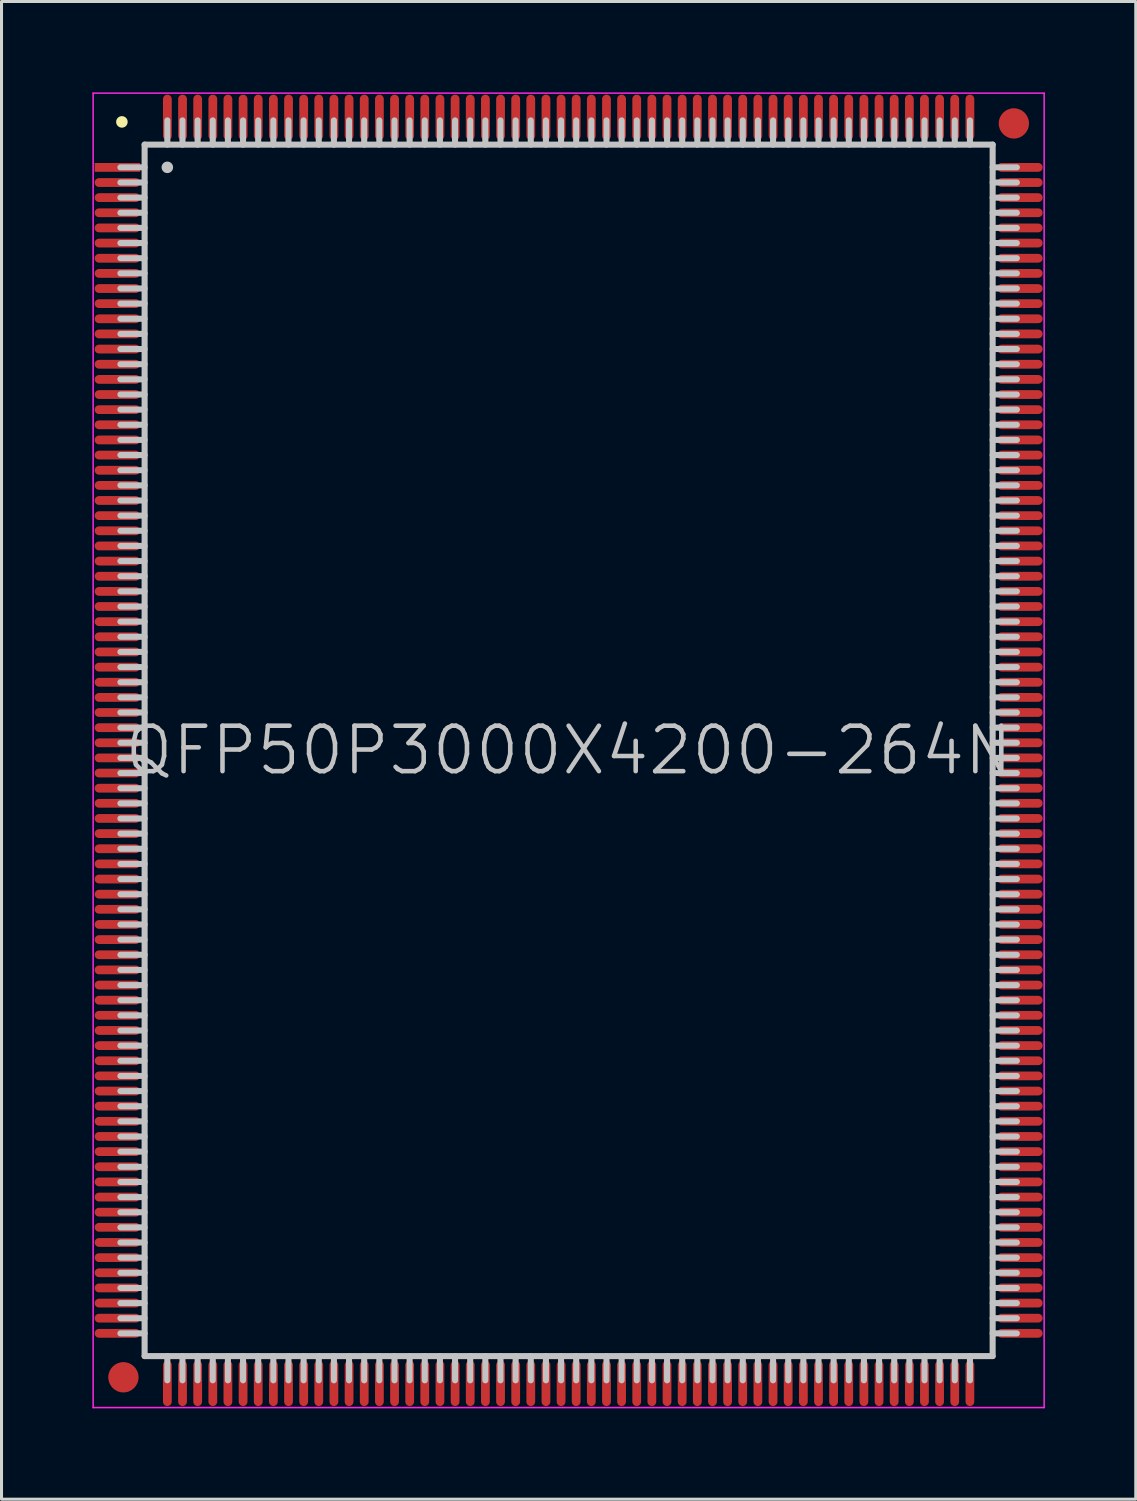
<source format=kicad_pcb>
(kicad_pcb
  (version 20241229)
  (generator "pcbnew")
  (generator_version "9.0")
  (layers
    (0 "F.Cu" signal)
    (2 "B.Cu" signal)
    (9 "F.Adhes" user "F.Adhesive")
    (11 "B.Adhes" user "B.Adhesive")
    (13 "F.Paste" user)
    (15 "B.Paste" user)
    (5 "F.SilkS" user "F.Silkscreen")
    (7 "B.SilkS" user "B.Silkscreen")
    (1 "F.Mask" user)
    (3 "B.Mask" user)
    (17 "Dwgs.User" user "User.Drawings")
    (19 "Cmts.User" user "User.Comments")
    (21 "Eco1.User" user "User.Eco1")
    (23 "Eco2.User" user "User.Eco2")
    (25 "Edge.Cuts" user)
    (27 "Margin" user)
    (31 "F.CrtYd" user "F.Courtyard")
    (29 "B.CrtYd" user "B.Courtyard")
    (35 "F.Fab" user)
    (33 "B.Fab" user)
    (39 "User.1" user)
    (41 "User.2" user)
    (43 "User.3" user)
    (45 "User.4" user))
  (footprint "QFP50P3000X4200-264N"
    (layer "F.Cu")
    (at 15.725 21.725)
    (property "Reference" "QFP50P3000X4200-264N" (at 0 0 0) (layer "Dwgs.User") (effects (font (size 1.5 1.5) (thickness 0.15))))
    (attr smd)
    (fp_line (start -14.75 -20.75) (end -14.75 -20.75) (stroke (width 0.381) (type solid)) (layer "F.SilkS"))
    (fp_line (start -14 -20) (end -14 20) (stroke (width 0.2) (type solid)) (layer "Dwgs.User"))
    (fp_line (start -14 -20) (end 14 -20) (stroke (width 0.2) (type solid)) (layer "Dwgs.User"))
    (fp_line (start -14 -19.25) (end -14.8 -19.25) (stroke (width 0.2) (type solid)) (layer "Dwgs.User"))
    (fp_line (start -14 -18.75) (end -14.8 -18.75) (stroke (width 0.2) (type solid)) (layer "Dwgs.User"))
    (fp_line (start -14 -18.25) (end -14.8 -18.25) (stroke (width 0.2) (type solid)) (layer "Dwgs.User"))
    (fp_line (start -14 -17.75) (end -14.8 -17.75) (stroke (width 0.2) (type solid)) (layer "Dwgs.User"))
    (fp_line (start -14 -17.25) (end -14.8 -17.25) (stroke (width 0.2) (type solid)) (layer "Dwgs.User"))
    (fp_line (start -14 -16.75) (end -14.8 -16.75) (stroke (width 0.2) (type solid)) (layer "Dwgs.User"))
    (fp_line (start -14 -16.25) (end -14.8 -16.25) (stroke (width 0.2) (type solid)) (layer "Dwgs.User"))
    (fp_line (start -14 -15.75) (end -14.8 -15.75) (stroke (width 0.2) (type solid)) (layer "Dwgs.User"))
    (fp_line (start -14 -15.25) (end -14.8 -15.25) (stroke (width 0.2) (type solid)) (layer "Dwgs.User"))
    (fp_line (start -14 -14.75) (end -14.8 -14.75) (stroke (width 0.2) (type solid)) (layer "Dwgs.User"))
    (fp_line (start -14 -14.25) (end -14.8 -14.25) (stroke (width 0.2) (type solid)) (layer "Dwgs.User"))
    (fp_line (start -14 -13.75) (end -14.8 -13.75) (stroke (width 0.2) (type solid)) (layer "Dwgs.User"))
    (fp_line (start -14 -13.25) (end -14.8 -13.25) (stroke (width 0.2) (type solid)) (layer "Dwgs.User"))
    (fp_line (start -14 -12.75) (end -14.8 -12.75) (stroke (width 0.2) (type solid)) (layer "Dwgs.User"))
    (fp_line (start -14 -12.25) (end -14.8 -12.25) (stroke (width 0.2) (type solid)) (layer "Dwgs.User"))
    (fp_line (start -14 -11.75) (end -14.8 -11.75) (stroke (width 0.2) (type solid)) (layer "Dwgs.User"))
    (fp_line (start -14 -11.25) (end -14.8 -11.25) (stroke (width 0.2) (type solid)) (layer "Dwgs.User"))
    (fp_line (start -14 -10.75) (end -14.8 -10.75) (stroke (width 0.2) (type solid)) (layer "Dwgs.User"))
    (fp_line (start -14 -10.25) (end -14.8 -10.25) (stroke (width 0.2) (type solid)) (layer "Dwgs.User"))
    (fp_line (start -14 -9.75) (end -14.8 -9.75) (stroke (width 0.2) (type solid)) (layer "Dwgs.User"))
    (fp_line (start -14 -9.25) (end -14.8 -9.25) (stroke (width 0.2) (type solid)) (layer "Dwgs.User"))
    (fp_line (start -14 -8.75) (end -14.8 -8.75) (stroke (width 0.2) (type solid)) (layer "Dwgs.User"))
    (fp_line (start -14 -8.25) (end -14.8 -8.25) (stroke (width 0.2) (type solid)) (layer "Dwgs.User"))
    (fp_line (start -14 -7.75) (end -14.8 -7.75) (stroke (width 0.2) (type solid)) (layer "Dwgs.User"))
    (fp_line (start -14 -7.25) (end -14.8 -7.25) (stroke (width 0.2) (type solid)) (layer "Dwgs.User"))
    (fp_line (start -14 -6.75) (end -14.8 -6.75) (stroke (width 0.2) (type solid)) (layer "Dwgs.User"))
    (fp_line (start -14 -6.25) (end -14.8 -6.25) (stroke (width 0.2) (type solid)) (layer "Dwgs.User"))
    (fp_line (start -14 -5.75) (end -14.8 -5.75) (stroke (width 0.2) (type solid)) (layer "Dwgs.User"))
    (fp_line (start -14 -5.25) (end -14.8 -5.25) (stroke (width 0.2) (type solid)) (layer "Dwgs.User"))
    (fp_line (start -14 -4.75) (end -14.8 -4.75) (stroke (width 0.2) (type solid)) (layer "Dwgs.User"))
    (fp_line (start -14 -4.25) (end -14.8 -4.25) (stroke (width 0.2) (type solid)) (layer "Dwgs.User"))
    (fp_line (start -14 -3.75) (end -14.8 -3.75) (stroke (width 0.2) (type solid)) (layer "Dwgs.User"))
    (fp_line (start -14 -3.25) (end -14.8 -3.25) (stroke (width 0.2) (type solid)) (layer "Dwgs.User"))
    (fp_line (start -14 -2.75) (end -14.8 -2.75) (stroke (width 0.2) (type solid)) (layer "Dwgs.User"))
    (fp_line (start -14 -2.25) (end -14.8 -2.25) (stroke (width 0.2) (type solid)) (layer "Dwgs.User"))
    (fp_line (start -14 -1.75) (end -14.8 -1.75) (stroke (width 0.2) (type solid)) (layer "Dwgs.User"))
    (fp_line (start -14 -1.25) (end -14.8 -1.25) (stroke (width 0.2) (type solid)) (layer "Dwgs.User"))
    (fp_line (start -14 -0.75) (end -14.8 -0.75) (stroke (width 0.2) (type solid)) (layer "Dwgs.User"))
    (fp_line (start -14 -0.25) (end -14.8 -0.25) (stroke (width 0.2) (type solid)) (layer "Dwgs.User"))
    (fp_line (start -14 0.25) (end -14.8 0.25) (stroke (width 0.2) (type solid)) (layer "Dwgs.User"))
    (fp_line (start -14 0.75) (end -14.8 0.75) (stroke (width 0.2) (type solid)) (layer "Dwgs.User"))
    (fp_line (start -14 1.25) (end -14.8 1.25) (stroke (width 0.2) (type solid)) (layer "Dwgs.User"))
    (fp_line (start -14 1.75) (end -14.8 1.75) (stroke (width 0.2) (type solid)) (layer "Dwgs.User"))
    (fp_line (start -14 2.25) (end -14.8 2.25) (stroke (width 0.2) (type solid)) (layer "Dwgs.User"))
    (fp_line (start -14 2.75) (end -14.8 2.75) (stroke (width 0.2) (type solid)) (layer "Dwgs.User"))
    (fp_line (start -14 3.25) (end -14.8 3.25) (stroke (width 0.2) (type solid)) (layer "Dwgs.User"))
    (fp_line (start -14 3.75) (end -14.8 3.75) (stroke (width 0.2) (type solid)) (layer "Dwgs.User"))
    (fp_line (start -14 4.25) (end -14.8 4.25) (stroke (width 0.2) (type solid)) (layer "Dwgs.User"))
    (fp_line (start -14 4.75) (end -14.8 4.75) (stroke (width 0.2) (type solid)) (layer "Dwgs.User"))
    (fp_line (start -14 5.25) (end -14.8 5.25) (stroke (width 0.2) (type solid)) (layer "Dwgs.User"))
    (fp_line (start -14 5.75) (end -14.8 5.75) (stroke (width 0.2) (type solid)) (layer "Dwgs.User"))
    (fp_line (start -14 6.25) (end -14.8 6.25) (stroke (width 0.2) (type solid)) (layer "Dwgs.User"))
    (fp_line (start -14 6.75) (end -14.8 6.75) (stroke (width 0.2) (type solid)) (layer "Dwgs.User"))
    (fp_line (start -14 7.25) (end -14.8 7.25) (stroke (width 0.2) (type solid)) (layer "Dwgs.User"))
    (fp_line (start -14 7.75) (end -14.8 7.75) (stroke (width 0.2) (type solid)) (layer "Dwgs.User"))
    (fp_line (start -14 8.25) (end -14.8 8.25) (stroke (width 0.2) (type solid)) (layer "Dwgs.User"))
    (fp_line (start -14 8.75) (end -14.8 8.75) (stroke (width 0.2) (type solid)) (layer "Dwgs.User"))
    (fp_line (start -14 9.25) (end -14.8 9.25) (stroke (width 0.2) (type solid)) (layer "Dwgs.User"))
    (fp_line (start -14 9.75) (end -14.8 9.75) (stroke (width 0.2) (type solid)) (layer "Dwgs.User"))
    (fp_line (start -14 10.25) (end -14.8 10.25) (stroke (width 0.2) (type solid)) (layer "Dwgs.User"))
    (fp_line (start -14 10.75) (end -14.8 10.75) (stroke (width 0.2) (type solid)) (layer "Dwgs.User"))
    (fp_line (start -14 11.25) (end -14.8 11.25) (stroke (width 0.2) (type solid)) (layer "Dwgs.User"))
    (fp_line (start -14 11.75) (end -14.8 11.75) (stroke (width 0.2) (type solid)) (layer "Dwgs.User"))
    (fp_line (start -14 12.25) (end -14.8 12.25) (stroke (width 0.2) (type solid)) (layer "Dwgs.User"))
    (fp_line (start -14 12.75) (end -14.8 12.75) (stroke (width 0.2) (type solid)) (layer "Dwgs.User"))
    (fp_line (start -14 13.25) (end -14.8 13.25) (stroke (width 0.2) (type solid)) (layer "Dwgs.User"))
    (fp_line (start -14 13.75) (end -14.8 13.75) (stroke (width 0.2) (type solid)) (layer "Dwgs.User"))
    (fp_line (start -14 14.25) (end -14.8 14.25) (stroke (width 0.2) (type solid)) (layer "Dwgs.User"))
    (fp_line (start -14 14.75) (end -14.8 14.75) (stroke (width 0.2) (type solid)) (layer "Dwgs.User"))
    (fp_line (start -14 15.25) (end -14.8 15.25) (stroke (width 0.2) (type solid)) (layer "Dwgs.User"))
    (fp_line (start -14 15.75) (end -14.8 15.75) (stroke (width 0.2) (type solid)) (layer "Dwgs.User"))
    (fp_line (start -14 16.25) (end -14.8 16.25) (stroke (width 0.2) (type solid)) (layer "Dwgs.User"))
    (fp_line (start -14 16.75) (end -14.8 16.75) (stroke (width 0.2) (type solid)) (layer "Dwgs.User"))
    (fp_line (start -14 17.25) (end -14.8 17.25) (stroke (width 0.2) (type solid)) (layer "Dwgs.User"))
    (fp_line (start -14 17.75) (end -14.8 17.75) (stroke (width 0.2) (type solid)) (layer "Dwgs.User"))
    (fp_line (start -14 18.25) (end -14.8 18.25) (stroke (width 0.2) (type solid)) (layer "Dwgs.User"))
    (fp_line (start -14 18.75) (end -14.8 18.75) (stroke (width 0.2) (type solid)) (layer "Dwgs.User"))
    (fp_line (start -14 19.25) (end -14.8 19.25) (stroke (width 0.2) (type solid)) (layer "Dwgs.User"))
    (fp_line (start -14 20) (end 14 20) (stroke (width 0.2) (type solid)) (layer "Dwgs.User"))
    (fp_line (start -13.25 -20) (end -13.25 -20.8) (stroke (width 0.2) (type solid)) (layer "Dwgs.User"))
    (fp_line (start -13.25 -19.25) (end -13.25 -19.25) (stroke (width 0.381) (type solid)) (layer "Dwgs.User"))
    (fp_line (start -13.25 20.8) (end -13.25 20) (stroke (width 0.2) (type solid)) (layer "Dwgs.User"))
    (fp_line (start -12.75 -20) (end -12.75 -20.8) (stroke (width 0.2) (type solid)) (layer "Dwgs.User"))
    (fp_line (start -12.75 20.8) (end -12.75 20) (stroke (width 0.2) (type solid)) (layer "Dwgs.User"))
    (fp_line (start -12.25 -20) (end -12.25 -20.8) (stroke (width 0.2) (type solid)) (layer "Dwgs.User"))
    (fp_line (start -12.25 20.8) (end -12.25 20) (stroke (width 0.2) (type solid)) (layer "Dwgs.User"))
    (fp_line (start -11.75 -20) (end -11.75 -20.8) (stroke (width 0.2) (type solid)) (layer "Dwgs.User"))
    (fp_line (start -11.75 20.8) (end -11.75 20) (stroke (width 0.2) (type solid)) (layer "Dwgs.User"))
    (fp_line (start -11.25 -20) (end -11.25 -20.8) (stroke (width 0.2) (type solid)) (layer "Dwgs.User"))
    (fp_line (start -11.25 20.8) (end -11.25 20) (stroke (width 0.2) (type solid)) (layer "Dwgs.User"))
    (fp_line (start -10.75 -20) (end -10.75 -20.8) (stroke (width 0.2) (type solid)) (layer "Dwgs.User"))
    (fp_line (start -10.75 20.8) (end -10.75 20) (stroke (width 0.2) (type solid)) (layer "Dwgs.User"))
    (fp_line (start -10.25 -20) (end -10.25 -20.8) (stroke (width 0.2) (type solid)) (layer "Dwgs.User"))
    (fp_line (start -10.25 20.8) (end -10.25 20) (stroke (width 0.2) (type solid)) (layer "Dwgs.User"))
    (fp_line (start -9.75 -20) (end -9.75 -20.8) (stroke (width 0.2) (type solid)) (layer "Dwgs.User"))
    (fp_line (start -9.75 20.8) (end -9.75 20) (stroke (width 0.2) (type solid)) (layer "Dwgs.User"))
    (fp_line (start -9.25 -20) (end -9.25 -20.8) (stroke (width 0.2) (type solid)) (layer "Dwgs.User"))
    (fp_line (start -9.25 20.8) (end -9.25 20) (stroke (width 0.2) (type solid)) (layer "Dwgs.User"))
    (fp_line (start -8.75 -20) (end -8.75 -20.8) (stroke (width 0.2) (type solid)) (layer "Dwgs.User"))
    (fp_line (start -8.75 20.8) (end -8.75 20) (stroke (width 0.2) (type solid)) (layer "Dwgs.User"))
    (fp_line (start -8.25 -20) (end -8.25 -20.8) (stroke (width 0.2) (type solid)) (layer "Dwgs.User"))
    (fp_line (start -8.25 20.8) (end -8.25 20) (stroke (width 0.2) (type solid)) (layer "Dwgs.User"))
    (fp_line (start -7.75 -20) (end -7.75 -20.8) (stroke (width 0.2) (type solid)) (layer "Dwgs.User"))
    (fp_line (start -7.75 20.8) (end -7.75 20) (stroke (width 0.2) (type solid)) (layer "Dwgs.User"))
    (fp_line (start -7.25 -20) (end -7.25 -20.8) (stroke (width 0.2) (type solid)) (layer "Dwgs.User"))
    (fp_line (start -7.25 20.8) (end -7.25 20) (stroke (width 0.2) (type solid)) (layer "Dwgs.User"))
    (fp_line (start -6.75 -20) (end -6.75 -20.8) (stroke (width 0.2) (type solid)) (layer "Dwgs.User"))
    (fp_line (start -6.75 20.8) (end -6.75 20) (stroke (width 0.2) (type solid)) (layer "Dwgs.User"))
    (fp_line (start -6.25 -20) (end -6.25 -20.8) (stroke (width 0.2) (type solid)) (layer "Dwgs.User"))
    (fp_line (start -6.25 20.8) (end -6.25 20) (stroke (width 0.2) (type solid)) (layer "Dwgs.User"))
    (fp_line (start -5.75 -20) (end -5.75 -20.8) (stroke (width 0.2) (type solid)) (layer "Dwgs.User"))
    (fp_line (start -5.75 20.8) (end -5.75 20) (stroke (width 0.2) (type solid)) (layer "Dwgs.User"))
    (fp_line (start -5.25 -20) (end -5.25 -20.8) (stroke (width 0.2) (type solid)) (layer "Dwgs.User"))
    (fp_line (start -5.25 20.8) (end -5.25 20) (stroke (width 0.2) (type solid)) (layer "Dwgs.User"))
    (fp_line (start -4.75 -20) (end -4.75 -20.8) (stroke (width 0.2) (type solid)) (layer "Dwgs.User"))
    (fp_line (start -4.75 20.8) (end -4.75 20) (stroke (width 0.2) (type solid)) (layer "Dwgs.User"))
    (fp_line (start -4.25 -20) (end -4.25 -20.8) (stroke (width 0.2) (type solid)) (layer "Dwgs.User"))
    (fp_line (start -4.25 20.8) (end -4.25 20) (stroke (width 0.2) (type solid)) (layer "Dwgs.User"))
    (fp_line (start -3.75 -20) (end -3.75 -20.8) (stroke (width 0.2) (type solid)) (layer "Dwgs.User"))
    (fp_line (start -3.75 20.8) (end -3.75 20) (stroke (width 0.2) (type solid)) (layer "Dwgs.User"))
    (fp_line (start -3.25 -20) (end -3.25 -20.8) (stroke (width 0.2) (type solid)) (layer "Dwgs.User"))
    (fp_line (start -3.25 20.8) (end -3.25 20) (stroke (width 0.2) (type solid)) (layer "Dwgs.User"))
    (fp_line (start -2.75 -20) (end -2.75 -20.8) (stroke (width 0.2) (type solid)) (layer "Dwgs.User"))
    (fp_line (start -2.75 20.8) (end -2.75 20) (stroke (width 0.2) (type solid)) (layer "Dwgs.User"))
    (fp_line (start -2.25 -20) (end -2.25 -20.8) (stroke (width 0.2) (type solid)) (layer "Dwgs.User"))
    (fp_line (start -2.25 20.8) (end -2.25 20) (stroke (width 0.2) (type solid)) (layer "Dwgs.User"))
    (fp_line (start -1.75 -20) (end -1.75 -20.8) (stroke (width 0.2) (type solid)) (layer "Dwgs.User"))
    (fp_line (start -1.75 20.8) (end -1.75 20) (stroke (width 0.2) (type solid)) (layer "Dwgs.User"))
    (fp_line (start -1.25 -20) (end -1.25 -20.8) (stroke (width 0.2) (type solid)) (layer "Dwgs.User"))
    (fp_line (start -1.25 20.8) (end -1.25 20) (stroke (width 0.2) (type solid)) (layer "Dwgs.User"))
    (fp_line (start -0.75 -20) (end -0.75 -20.8) (stroke (width 0.2) (type solid)) (layer "Dwgs.User"))
    (fp_line (start -0.75 20.8) (end -0.75 20) (stroke (width 0.2) (type solid)) (layer "Dwgs.User"))
    (fp_line (start -0.25 -20) (end -0.25 -20.8) (stroke (width 0.2) (type solid)) (layer "Dwgs.User"))
    (fp_line (start -0.25 20.8) (end -0.25 20) (stroke (width 0.2) (type solid)) (layer "Dwgs.User"))
    (fp_line (start 0.25 -20) (end 0.25 -20.8) (stroke (width 0.2) (type solid)) (layer "Dwgs.User"))
    (fp_line (start 0.25 20.8) (end 0.25 20) (stroke (width 0.2) (type solid)) (layer "Dwgs.User"))
    (fp_line (start 0.75 -20) (end 0.75 -20.8) (stroke (width 0.2) (type solid)) (layer "Dwgs.User"))
    (fp_line (start 0.75 20.8) (end 0.75 20) (stroke (width 0.2) (type solid)) (layer "Dwgs.User"))
    (fp_line (start 1.25 -20) (end 1.25 -20.8) (stroke (width 0.2) (type solid)) (layer "Dwgs.User"))
    (fp_line (start 1.25 20.8) (end 1.25 20) (stroke (width 0.2) (type solid)) (layer "Dwgs.User"))
    (fp_line (start 1.75 -20) (end 1.75 -20.8) (stroke (width 0.2) (type solid)) (layer "Dwgs.User"))
    (fp_line (start 1.75 20.8) (end 1.75 20) (stroke (width 0.2) (type solid)) (layer "Dwgs.User"))
    (fp_line (start 2.25 -20) (end 2.25 -20.8) (stroke (width 0.2) (type solid)) (layer "Dwgs.User"))
    (fp_line (start 2.25 20.8) (end 2.25 20) (stroke (width 0.2) (type solid)) (layer "Dwgs.User"))
    (fp_line (start 2.75 -20) (end 2.75 -20.8) (stroke (width 0.2) (type solid)) (layer "Dwgs.User"))
    (fp_line (start 2.75 20.8) (end 2.75 20) (stroke (width 0.2) (type solid)) (layer "Dwgs.User"))
    (fp_line (start 3.25 -20) (end 3.25 -20.8) (stroke (width 0.2) (type solid)) (layer "Dwgs.User"))
    (fp_line (start 3.25 20.8) (end 3.25 20) (stroke (width 0.2) (type solid)) (layer "Dwgs.User"))
    (fp_line (start 3.75 -20) (end 3.75 -20.8) (stroke (width 0.2) (type solid)) (layer "Dwgs.User"))
    (fp_line (start 3.75 20.8) (end 3.75 20) (stroke (width 0.2) (type solid)) (layer "Dwgs.User"))
    (fp_line (start 4.25 -20) (end 4.25 -20.8) (stroke (width 0.2) (type solid)) (layer "Dwgs.User"))
    (fp_line (start 4.25 20.8) (end 4.25 20) (stroke (width 0.2) (type solid)) (layer "Dwgs.User"))
    (fp_line (start 4.75 -20) (end 4.75 -20.8) (stroke (width 0.2) (type solid)) (layer "Dwgs.User"))
    (fp_line (start 4.75 20.8) (end 4.75 20) (stroke (width 0.2) (type solid)) (layer "Dwgs.User"))
    (fp_line (start 5.25 -20) (end 5.25 -20.8) (stroke (width 0.2) (type solid)) (layer "Dwgs.User"))
    (fp_line (start 5.25 20.8) (end 5.25 20) (stroke (width 0.2) (type solid)) (layer "Dwgs.User"))
    (fp_line (start 5.75 -20) (end 5.75 -20.8) (stroke (width 0.2) (type solid)) (layer "Dwgs.User"))
    (fp_line (start 5.75 20.8) (end 5.75 20) (stroke (width 0.2) (type solid)) (layer "Dwgs.User"))
    (fp_line (start 6.25 -20) (end 6.25 -20.8) (stroke (width 0.2) (type solid)) (layer "Dwgs.User"))
    (fp_line (start 6.25 20.8) (end 6.25 20) (stroke (width 0.2) (type solid)) (layer "Dwgs.User"))
    (fp_line (start 6.75 -20) (end 6.75 -20.8) (stroke (width 0.2) (type solid)) (layer "Dwgs.User"))
    (fp_line (start 6.75 20.8) (end 6.75 20) (stroke (width 0.2) (type solid)) (layer "Dwgs.User"))
    (fp_line (start 7.25 -20) (end 7.25 -20.8) (stroke (width 0.2) (type solid)) (layer "Dwgs.User"))
    (fp_line (start 7.25 20.8) (end 7.25 20) (stroke (width 0.2) (type solid)) (layer "Dwgs.User"))
    (fp_line (start 7.75 -20) (end 7.75 -20.8) (stroke (width 0.2) (type solid)) (layer "Dwgs.User"))
    (fp_line (start 7.75 20.8) (end 7.75 20) (stroke (width 0.2) (type solid)) (layer "Dwgs.User"))
    (fp_line (start 8.25 -20) (end 8.25 -20.8) (stroke (width 0.2) (type solid)) (layer "Dwgs.User"))
    (fp_line (start 8.25 20.8) (end 8.25 20) (stroke (width 0.2) (type solid)) (layer "Dwgs.User"))
    (fp_line (start 8.75 -20) (end 8.75 -20.8) (stroke (width 0.2) (type solid)) (layer "Dwgs.User"))
    (fp_line (start 8.75 20.8) (end 8.75 20) (stroke (width 0.2) (type solid)) (layer "Dwgs.User"))
    (fp_line (start 9.25 -20) (end 9.25 -20.8) (stroke (width 0.2) (type solid)) (layer "Dwgs.User"))
    (fp_line (start 9.25 20.8) (end 9.25 20) (stroke (width 0.2) (type solid)) (layer "Dwgs.User"))
    (fp_line (start 9.75 -20) (end 9.75 -20.8) (stroke (width 0.2) (type solid)) (layer "Dwgs.User"))
    (fp_line (start 9.75 20.8) (end 9.75 20) (stroke (width 0.2) (type solid)) (layer "Dwgs.User"))
    (fp_line (start 10.25 -20) (end 10.25 -20.8) (stroke (width 0.2) (type solid)) (layer "Dwgs.User"))
    (fp_line (start 10.25 20.8) (end 10.25 20) (stroke (width 0.2) (type solid)) (layer "Dwgs.User"))
    (fp_line (start 10.75 -20) (end 10.75 -20.8) (stroke (width 0.2) (type solid)) (layer "Dwgs.User"))
    (fp_line (start 10.75 20.8) (end 10.75 20) (stroke (width 0.2) (type solid)) (layer "Dwgs.User"))
    (fp_line (start 11.25 -20) (end 11.25 -20.8) (stroke (width 0.2) (type solid)) (layer "Dwgs.User"))
    (fp_line (start 11.25 20.8) (end 11.25 20) (stroke (width 0.2) (type solid)) (layer "Dwgs.User"))
    (fp_line (start 11.75 -20) (end 11.75 -20.8) (stroke (width 0.2) (type solid)) (layer "Dwgs.User"))
    (fp_line (start 11.75 20.8) (end 11.75 20) (stroke (width 0.2) (type solid)) (layer "Dwgs.User"))
    (fp_line (start 12.25 -20) (end 12.25 -20.8) (stroke (width 0.2) (type solid)) (layer "Dwgs.User"))
    (fp_line (start 12.25 20.8) (end 12.25 20) (stroke (width 0.2) (type solid)) (layer "Dwgs.User"))
    (fp_line (start 12.75 -20) (end 12.75 -20.8) (stroke (width 0.2) (type solid)) (layer "Dwgs.User"))
    (fp_line (start 12.75 20.8) (end 12.75 20) (stroke (width 0.2) (type solid)) (layer "Dwgs.User"))
    (fp_line (start 13.25 -20) (end 13.25 -20.8) (stroke (width 0.2) (type solid)) (layer "Dwgs.User"))
    (fp_line (start 13.25 20.8) (end 13.25 20) (stroke (width 0.2) (type solid)) (layer "Dwgs.User"))
    (fp_line (start 14 -20) (end 14 20) (stroke (width 0.2) (type solid)) (layer "Dwgs.User"))
    (fp_line (start 14.8 -19.25) (end 14 -19.25) (stroke (width 0.2) (type solid)) (layer "Dwgs.User"))
    (fp_line (start 14.8 -18.75) (end 14 -18.75) (stroke (width 0.2) (type solid)) (layer "Dwgs.User"))
    (fp_line (start 14.8 -18.25) (end 14 -18.25) (stroke (width 0.2) (type solid)) (layer "Dwgs.User"))
    (fp_line (start 14.8 -17.75) (end 14 -17.75) (stroke (width 0.2) (type solid)) (layer "Dwgs.User"))
    (fp_line (start 14.8 -17.25) (end 14 -17.25) (stroke (width 0.2) (type solid)) (layer "Dwgs.User"))
    (fp_line (start 14.8 -16.75) (end 14 -16.75) (stroke (width 0.2) (type solid)) (layer "Dwgs.User"))
    (fp_line (start 14.8 -16.25) (end 14 -16.25) (stroke (width 0.2) (type solid)) (layer "Dwgs.User"))
    (fp_line (start 14.8 -15.75) (end 14 -15.75) (stroke (width 0.2) (type solid)) (layer "Dwgs.User"))
    (fp_line (start 14.8 -15.25) (end 14 -15.25) (stroke (width 0.2) (type solid)) (layer "Dwgs.User"))
    (fp_line (start 14.8 -14.75) (end 14 -14.75) (stroke (width 0.2) (type solid)) (layer "Dwgs.User"))
    (fp_line (start 14.8 -14.25) (end 14 -14.25) (stroke (width 0.2) (type solid)) (layer "Dwgs.User"))
    (fp_line (start 14.8 -13.75) (end 14 -13.75) (stroke (width 0.2) (type solid)) (layer "Dwgs.User"))
    (fp_line (start 14.8 -13.25) (end 14 -13.25) (stroke (width 0.2) (type solid)) (layer "Dwgs.User"))
    (fp_line (start 14.8 -12.75) (end 14 -12.75) (stroke (width 0.2) (type solid)) (layer "Dwgs.User"))
    (fp_line (start 14.8 -12.25) (end 14 -12.25) (stroke (width 0.2) (type solid)) (layer "Dwgs.User"))
    (fp_line (start 14.8 -11.75) (end 14 -11.75) (stroke (width 0.2) (type solid)) (layer "Dwgs.User"))
    (fp_line (start 14.8 -11.25) (end 14 -11.25) (stroke (width 0.2) (type solid)) (layer "Dwgs.User"))
    (fp_line (start 14.8 -10.75) (end 14 -10.75) (stroke (width 0.2) (type solid)) (layer "Dwgs.User"))
    (fp_line (start 14.8 -10.25) (end 14 -10.25) (stroke (width 0.2) (type solid)) (layer "Dwgs.User"))
    (fp_line (start 14.8 -9.75) (end 14 -9.75) (stroke (width 0.2) (type solid)) (layer "Dwgs.User"))
    (fp_line (start 14.8 -9.25) (end 14 -9.25) (stroke (width 0.2) (type solid)) (layer "Dwgs.User"))
    (fp_line (start 14.8 -8.75) (end 14 -8.75) (stroke (width 0.2) (type solid)) (layer "Dwgs.User"))
    (fp_line (start 14.8 -8.25) (end 14 -8.25) (stroke (width 0.2) (type solid)) (layer "Dwgs.User"))
    (fp_line (start 14.8 -7.75) (end 14 -7.75) (stroke (width 0.2) (type solid)) (layer "Dwgs.User"))
    (fp_line (start 14.8 -7.25) (end 14 -7.25) (stroke (width 0.2) (type solid)) (layer "Dwgs.User"))
    (fp_line (start 14.8 -6.75) (end 14 -6.75) (stroke (width 0.2) (type solid)) (layer "Dwgs.User"))
    (fp_line (start 14.8 -6.25) (end 14 -6.25) (stroke (width 0.2) (type solid)) (layer "Dwgs.User"))
    (fp_line (start 14.8 -5.75) (end 14 -5.75) (stroke (width 0.2) (type solid)) (layer "Dwgs.User"))
    (fp_line (start 14.8 -5.25) (end 14 -5.25) (stroke (width 0.2) (type solid)) (layer "Dwgs.User"))
    (fp_line (start 14.8 -4.75) (end 14 -4.75) (stroke (width 0.2) (type solid)) (layer "Dwgs.User"))
    (fp_line (start 14.8 -4.25) (end 14 -4.25) (stroke (width 0.2) (type solid)) (layer "Dwgs.User"))
    (fp_line (start 14.8 -3.75) (end 14 -3.75) (stroke (width 0.2) (type solid)) (layer "Dwgs.User"))
    (fp_line (start 14.8 -3.25) (end 14 -3.25) (stroke (width 0.2) (type solid)) (layer "Dwgs.User"))
    (fp_line (start 14.8 -2.75) (end 14 -2.75) (stroke (width 0.2) (type solid)) (layer "Dwgs.User"))
    (fp_line (start 14.8 -2.25) (end 14 -2.25) (stroke (width 0.2) (type solid)) (layer "Dwgs.User"))
    (fp_line (start 14.8 -1.75) (end 14 -1.75) (stroke (width 0.2) (type solid)) (layer "Dwgs.User"))
    (fp_line (start 14.8 -1.25) (end 14 -1.25) (stroke (width 0.2) (type solid)) (layer "Dwgs.User"))
    (fp_line (start 14.8 -0.75) (end 14 -0.75) (stroke (width 0.2) (type solid)) (layer "Dwgs.User"))
    (fp_line (start 14.8 -0.25) (end 14 -0.25) (stroke (width 0.2) (type solid)) (layer "Dwgs.User"))
    (fp_line (start 14.8 0.25) (end 14 0.25) (stroke (width 0.2) (type solid)) (layer "Dwgs.User"))
    (fp_line (start 14.8 0.75) (end 14 0.75) (stroke (width 0.2) (type solid)) (layer "Dwgs.User"))
    (fp_line (start 14.8 1.25) (end 14 1.25) (stroke (width 0.2) (type solid)) (layer "Dwgs.User"))
    (fp_line (start 14.8 1.75) (end 14 1.75) (stroke (width 0.2) (type solid)) (layer "Dwgs.User"))
    (fp_line (start 14.8 2.25) (end 14 2.25) (stroke (width 0.2) (type solid)) (layer "Dwgs.User"))
    (fp_line (start 14.8 2.75) (end 14 2.75) (stroke (width 0.2) (type solid)) (layer "Dwgs.User"))
    (fp_line (start 14.8 3.25) (end 14 3.25) (stroke (width 0.2) (type solid)) (layer "Dwgs.User"))
    (fp_line (start 14.8 3.75) (end 14 3.75) (stroke (width 0.2) (type solid)) (layer "Dwgs.User"))
    (fp_line (start 14.8 4.25) (end 14 4.25) (stroke (width 0.2) (type solid)) (layer "Dwgs.User"))
    (fp_line (start 14.8 4.75) (end 14 4.75) (stroke (width 0.2) (type solid)) (layer "Dwgs.User"))
    (fp_line (start 14.8 5.25) (end 14 5.25) (stroke (width 0.2) (type solid)) (layer "Dwgs.User"))
    (fp_line (start 14.8 5.75) (end 14 5.75) (stroke (width 0.2) (type solid)) (layer "Dwgs.User"))
    (fp_line (start 14.8 6.25) (end 14 6.25) (stroke (width 0.2) (type solid)) (layer "Dwgs.User"))
    (fp_line (start 14.8 6.75) (end 14 6.75) (stroke (width 0.2) (type solid)) (layer "Dwgs.User"))
    (fp_line (start 14.8 7.25) (end 14 7.25) (stroke (width 0.2) (type solid)) (layer "Dwgs.User"))
    (fp_line (start 14.8 7.75) (end 14 7.75) (stroke (width 0.2) (type solid)) (layer "Dwgs.User"))
    (fp_line (start 14.8 8.25) (end 14 8.25) (stroke (width 0.2) (type solid)) (layer "Dwgs.User"))
    (fp_line (start 14.8 8.75) (end 14 8.75) (stroke (width 0.2) (type solid)) (layer "Dwgs.User"))
    (fp_line (start 14.8 9.25) (end 14 9.25) (stroke (width 0.2) (type solid)) (layer "Dwgs.User"))
    (fp_line (start 14.8 9.75) (end 14 9.75) (stroke (width 0.2) (type solid)) (layer "Dwgs.User"))
    (fp_line (start 14.8 10.25) (end 14 10.25) (stroke (width 0.2) (type solid)) (layer "Dwgs.User"))
    (fp_line (start 14.8 10.75) (end 14 10.75) (stroke (width 0.2) (type solid)) (layer "Dwgs.User"))
    (fp_line (start 14.8 11.25) (end 14 11.25) (stroke (width 0.2) (type solid)) (layer "Dwgs.User"))
    (fp_line (start 14.8 11.75) (end 14 11.75) (stroke (width 0.2) (type solid)) (layer "Dwgs.User"))
    (fp_line (start 14.8 12.25) (end 14 12.25) (stroke (width 0.2) (type solid)) (layer "Dwgs.User"))
    (fp_line (start 14.8 12.75) (end 14 12.75) (stroke (width 0.2) (type solid)) (layer "Dwgs.User"))
    (fp_line (start 14.8 13.25) (end 14 13.25) (stroke (width 0.2) (type solid)) (layer "Dwgs.User"))
    (fp_line (start 14.8 13.75) (end 14 13.75) (stroke (width 0.2) (type solid)) (layer "Dwgs.User"))
    (fp_line (start 14.8 14.25) (end 14 14.25) (stroke (width 0.2) (type solid)) (layer "Dwgs.User"))
    (fp_line (start 14.8 14.75) (end 14 14.75) (stroke (width 0.2) (type solid)) (layer "Dwgs.User"))
    (fp_line (start 14.8 15.25) (end 14 15.25) (stroke (width 0.2) (type solid)) (layer "Dwgs.User"))
    (fp_line (start 14.8 15.75) (end 14 15.75) (stroke (width 0.2) (type solid)) (layer "Dwgs.User"))
    (fp_line (start 14.8 16.25) (end 14 16.25) (stroke (width 0.2) (type solid)) (layer "Dwgs.User"))
    (fp_line (start 14.8 16.75) (end 14 16.75) (stroke (width 0.2) (type solid)) (layer "Dwgs.User"))
    (fp_line (start 14.8 17.25) (end 14 17.25) (stroke (width 0.2) (type solid)) (layer "Dwgs.User"))
    (fp_line (start 14.8 17.75) (end 14 17.75) (stroke (width 0.2) (type solid)) (layer "Dwgs.User"))
    (fp_line (start 14.8 18.25) (end 14 18.25) (stroke (width 0.2) (type solid)) (layer "Dwgs.User"))
    (fp_line (start 14.8 18.75) (end 14 18.75) (stroke (width 0.2) (type solid)) (layer "Dwgs.User"))
    (fp_line (start 14.8 19.25) (end 14 19.25) (stroke (width 0.2) (type solid)) (layer "Dwgs.User"))
    (fp_line (start -15.7 -21.7) (end -15.7 21.7) (stroke (width 0.05) (type solid)) (layer "F.CrtYd"))
    (fp_line (start -15.7 -21.7) (end 15.7 -21.7) (stroke (width 0.05) (type solid)) (layer "F.CrtYd"))
    (fp_line (start -15.7 21.7) (end 15.7 21.7) (stroke (width 0.05) (type solid)) (layer "F.CrtYd"))
    (fp_line (start 15.7 -21.7) (end 15.7 21.7) (stroke (width 0.05) (type solid)) (layer "F.CrtYd"))
    (pad "" smd circle (at -14.7 20.7) (size 1 1) (layers "F.Cu" "F.Mask"))
    (pad "" smd circle (at 14.7 -20.7) (size 1 1) (layers "F.Cu" "F.Mask"))
    (pad "1" smd rect (at -14.9 -19.248 90) (size 0.29 1.5) (layers "F.Cu" "F.Mask" "F.Paste"))
    (pad "2" smd oval (at -14.9 -18.748 90) (size 0.29 1.5) (layers "F.Cu" "F.Mask" "F.Paste"))
    (pad "3" smd oval (at -14.9 -18.25 90) (size 0.29 1.5) (layers "F.Cu" "F.Mask" "F.Paste"))
    (pad "4" smd oval (at -14.9 -17.75 90) (size 0.29 1.5) (layers "F.Cu" "F.Mask" "F.Paste"))
    (pad "5" smd oval (at -14.9 -17.249 90) (size 0.29 1.5) (layers "F.Cu" "F.Mask" "F.Paste"))
    (pad "6" smd oval (at -14.9 -16.749 90) (size 0.29 1.5) (layers "F.Cu" "F.Mask" "F.Paste"))
    (pad "7" smd oval (at -14.9 -16.248 90) (size 0.29 1.5) (layers "F.Cu" "F.Mask" "F.Paste"))
    (pad "8" smd oval (at -14.9 -15.748 90) (size 0.29 1.5) (layers "F.Cu" "F.Mask" "F.Paste"))
    (pad "9" smd oval (at -14.9 -15.248 90) (size 0.29 1.5) (layers "F.Cu" "F.Mask" "F.Paste"))
    (pad "10" smd oval (at -14.9 -14.75 90) (size 0.29 1.5) (layers "F.Cu" "F.Mask" "F.Paste"))
    (pad "11" smd oval (at -14.9 -14.249 90) (size 0.29 1.5) (layers "F.Cu" "F.Mask" "F.Paste"))
    (pad "12" smd oval (at -14.9 -13.749 90) (size 0.29 1.5) (layers "F.Cu" "F.Mask" "F.Paste"))
    (pad "13" smd oval (at -14.9 -13.249 90) (size 0.29 1.5) (layers "F.Cu" "F.Mask" "F.Paste"))
    (pad "14" smd oval (at -14.9 -12.748 90) (size 0.29 1.5) (layers "F.Cu" "F.Mask" "F.Paste"))
    (pad "15" smd oval (at -14.9 -12.248 90) (size 0.29 1.5) (layers "F.Cu" "F.Mask" "F.Paste"))
    (pad "16" smd oval (at -14.9 -11.748 90) (size 0.29 1.5) (layers "F.Cu" "F.Mask" "F.Paste"))
    (pad "17" smd oval (at -14.9 -11.25 90) (size 0.29 1.5) (layers "F.Cu" "F.Mask" "F.Paste"))
    (pad "18" smd oval (at -14.9 -10.749 90) (size 0.29 1.5) (layers "F.Cu" "F.Mask" "F.Paste"))
    (pad "19" smd oval (at -14.9 -10.249 90) (size 0.29 1.5) (layers "F.Cu" "F.Mask" "F.Paste"))
    (pad "20" smd oval (at -14.9 -9.749 90) (size 0.29 1.5) (layers "F.Cu" "F.Mask" "F.Paste"))
    (pad "21" smd oval (at -14.9 -9.248 90) (size 0.29 1.5) (layers "F.Cu" "F.Mask" "F.Paste"))
    (pad "22" smd oval (at -14.9 -8.748 90) (size 0.29 1.5) (layers "F.Cu" "F.Mask" "F.Paste"))
    (pad "23" smd oval (at -14.9 -8.25 90) (size 0.29 1.5) (layers "F.Cu" "F.Mask" "F.Paste"))
    (pad "24" smd oval (at -14.9 -7.75 90) (size 0.29 1.5) (layers "F.Cu" "F.Mask" "F.Paste"))
    (pad "25" smd oval (at -14.9 -7.249 90) (size 0.29 1.5) (layers "F.Cu" "F.Mask" "F.Paste"))
    (pad "26" smd oval (at -14.9 -6.749 90) (size 0.29 1.5) (layers "F.Cu" "F.Mask" "F.Paste"))
    (pad "27" smd oval (at -14.9 -6.248 90) (size 0.29 1.5) (layers "F.Cu" "F.Mask" "F.Paste"))
    (pad "28" smd oval (at -14.9 -5.748 90) (size 0.29 1.5) (layers "F.Cu" "F.Mask" "F.Paste"))
    (pad "29" smd oval (at -14.9 -5.248 90) (size 0.29 1.5) (layers "F.Cu" "F.Mask" "F.Paste"))
    (pad "30" smd oval (at -14.9 -4.75 90) (size 0.29 1.5) (layers "F.Cu" "F.Mask" "F.Paste"))
    (pad "31" smd oval (at -14.9 -4.249 90) (size 0.29 1.5) (layers "F.Cu" "F.Mask" "F.Paste"))
    (pad "32" smd oval (at -14.9 -3.749 90) (size 0.29 1.5) (layers "F.Cu" "F.Mask" "F.Paste"))
    (pad "33" smd oval (at -14.9 -3.249 90) (size 0.29 1.5) (layers "F.Cu" "F.Mask" "F.Paste"))
    (pad "34" smd oval (at -14.9 -2.748 90) (size 0.29 1.5) (layers "F.Cu" "F.Mask" "F.Paste"))
    (pad "35" smd oval (at -14.9 -2.248 90) (size 0.29 1.5) (layers "F.Cu" "F.Mask" "F.Paste"))
    (pad "36" smd oval (at -14.9 -1.748 90) (size 0.29 1.5) (layers "F.Cu" "F.Mask" "F.Paste"))
    (pad "37" smd oval (at -14.9 -1.25 90) (size 0.29 1.5) (layers "F.Cu" "F.Mask" "F.Paste"))
    (pad "38" smd oval (at -14.9 -0.749 90) (size 0.29 1.5) (layers "F.Cu" "F.Mask" "F.Paste"))
    (pad "39" smd oval (at -14.9 -0.249 90) (size 0.29 1.5) (layers "F.Cu" "F.Mask" "F.Paste"))
    (pad "40" smd oval (at -14.9 0.249 90) (size 0.29 1.5) (layers "F.Cu" "F.Mask" "F.Paste"))
    (pad "41" smd oval (at -14.9 0.749 90) (size 0.29 1.5) (layers "F.Cu" "F.Mask" "F.Paste"))
    (pad "42" smd oval (at -14.9 1.25 90) (size 0.29 1.5) (layers "F.Cu" "F.Mask" "F.Paste"))
    (pad "43" smd oval (at -14.9 1.748 90) (size 0.29 1.5) (layers "F.Cu" "F.Mask" "F.Paste"))
    (pad "44" smd oval (at -14.9 2.248 90) (size 0.29 1.5) (layers "F.Cu" "F.Mask" "F.Paste"))
    (pad "45" smd oval (at -14.9 2.748 90) (size 0.29 1.5) (layers "F.Cu" "F.Mask" "F.Paste"))
    (pad "46" smd oval (at -14.9 3.249 90) (size 0.29 1.5) (layers "F.Cu" "F.Mask" "F.Paste"))
    (pad "47" smd oval (at -14.9 3.749 90) (size 0.29 1.5) (layers "F.Cu" "F.Mask" "F.Paste"))
    (pad "48" smd oval (at -14.9 4.249 90) (size 0.29 1.5) (layers "F.Cu" "F.Mask" "F.Paste"))
    (pad "49" smd oval (at -14.9 4.75 90) (size 0.29 1.5) (layers "F.Cu" "F.Mask" "F.Paste"))
    (pad "50" smd oval (at -14.9 5.248 90) (size 0.29 1.5) (layers "F.Cu" "F.Mask" "F.Paste"))
    (pad "51" smd oval (at -14.9 5.748 90) (size 0.29 1.5) (layers "F.Cu" "F.Mask" "F.Paste"))
    (pad "52" smd oval (at -14.9 6.248 90) (size 0.29 1.5) (layers "F.Cu" "F.Mask" "F.Paste"))
    (pad "53" smd oval (at -14.9 6.749 90) (size 0.29 1.5) (layers "F.Cu" "F.Mask" "F.Paste"))
    (pad "54" smd oval (at -14.9 7.249 90) (size 0.29 1.5) (layers "F.Cu" "F.Mask" "F.Paste"))
    (pad "55" smd oval (at -14.9 7.75 90) (size 0.29 1.5) (layers "F.Cu" "F.Mask" "F.Paste"))
    (pad "56" smd oval (at -14.9 8.25 90) (size 0.29 1.5) (layers "F.Cu" "F.Mask" "F.Paste"))
    (pad "57" smd oval (at -14.9 8.748 90) (size 0.29 1.5) (layers "F.Cu" "F.Mask" "F.Paste"))
    (pad "58" smd oval (at -14.9 9.248 90) (size 0.29 1.5) (layers "F.Cu" "F.Mask" "F.Paste"))
    (pad "59" smd oval (at -14.9 9.749 90) (size 0.29 1.5) (layers "F.Cu" "F.Mask" "F.Paste"))
    (pad "60" smd oval (at -14.9 10.249 90) (size 0.29 1.5) (layers "F.Cu" "F.Mask" "F.Paste"))
    (pad "61" smd oval (at -14.9 10.749 90) (size 0.29 1.5) (layers "F.Cu" "F.Mask" "F.Paste"))
    (pad "62" smd oval (at -14.9 11.25 90) (size 0.29 1.5) (layers "F.Cu" "F.Mask" "F.Paste"))
    (pad "63" smd oval (at -14.9 11.748 90) (size 0.29 1.5) (layers "F.Cu" "F.Mask" "F.Paste"))
    (pad "64" smd oval (at -14.9 12.248 90) (size 0.29 1.5) (layers "F.Cu" "F.Mask" "F.Paste"))
    (pad "65" smd oval (at -14.9 12.748 90) (size 0.29 1.5) (layers "F.Cu" "F.Mask" "F.Paste"))
    (pad "66" smd oval (at -14.9 13.249 90) (size 0.29 1.5) (layers "F.Cu" "F.Mask" "F.Paste"))
    (pad "67" smd oval (at -14.9 13.749 90) (size 0.29 1.5) (layers "F.Cu" "F.Mask" "F.Paste"))
    (pad "68" smd oval (at -14.9 14.249 90) (size 0.29 1.5) (layers "F.Cu" "F.Mask" "F.Paste"))
    (pad "69" smd oval (at -14.9 14.75 90) (size 0.29 1.5) (layers "F.Cu" "F.Mask" "F.Paste"))
    (pad "70" smd oval (at -14.9 15.248 90) (size 0.29 1.5) (layers "F.Cu" "F.Mask" "F.Paste"))
    (pad "71" smd oval (at -14.9 15.748 90) (size 0.29 1.5) (layers "F.Cu" "F.Mask" "F.Paste"))
    (pad "72" smd oval (at -14.9 16.248 90) (size 0.29 1.5) (layers "F.Cu" "F.Mask" "F.Paste"))
    (pad "73" smd oval (at -14.9 16.749 90) (size 0.29 1.5) (layers "F.Cu" "F.Mask" "F.Paste"))
    (pad "74" smd oval (at -14.9 17.249 90) (size 0.29 1.5) (layers "F.Cu" "F.Mask" "F.Paste"))
    (pad "75" smd oval (at -14.9 17.75 90) (size 0.29 1.5) (layers "F.Cu" "F.Mask" "F.Paste"))
    (pad "76" smd oval (at -14.9 18.25 90) (size 0.29 1.5) (layers "F.Cu" "F.Mask" "F.Paste"))
    (pad "77" smd oval (at -14.9 18.748 90) (size 0.29 1.5) (layers "F.Cu" "F.Mask" "F.Paste"))
    (pad "78" smd oval (at -14.9 19.248 90) (size 0.29 1.5) (layers "F.Cu" "F.Mask" "F.Paste"))
    (pad "79" smd oval (at -13.249 20.899 180) (size 0.29 1.5) (layers "F.Cu" "F.Mask" "F.Paste"))
    (pad "80" smd oval (at -12.748 20.899 180) (size 0.29 1.5) (layers "F.Cu" "F.Mask" "F.Paste"))
    (pad "81" smd oval (at -12.248 20.899 180) (size 0.29 1.5) (layers "F.Cu" "F.Mask" "F.Paste"))
    (pad "82" smd oval (at -11.748 20.899 180) (size 0.29 1.5) (layers "F.Cu" "F.Mask" "F.Paste"))
    (pad "83" smd oval (at -11.25 20.899 180) (size 0.29 1.5) (layers "F.Cu" "F.Mask" "F.Paste"))
    (pad "84" smd oval (at -10.749 20.899 180) (size 0.29 1.5) (layers "F.Cu" "F.Mask" "F.Paste"))
    (pad "85" smd oval (at -10.249 20.899 180) (size 0.29 1.5) (layers "F.Cu" "F.Mask" "F.Paste"))
    (pad "86" smd oval (at -9.749 20.899 180) (size 0.29 1.5) (layers "F.Cu" "F.Mask" "F.Paste"))
    (pad "87" smd oval (at -9.248 20.899 180) (size 0.29 1.5) (layers "F.Cu" "F.Mask" "F.Paste"))
    (pad "88" smd oval (at -8.748 20.899 180) (size 0.29 1.5) (layers "F.Cu" "F.Mask" "F.Paste"))
    (pad "89" smd oval (at -8.25 20.899 180) (size 0.29 1.5) (layers "F.Cu" "F.Mask" "F.Paste"))
    (pad "90" smd oval (at -7.75 20.899 180) (size 0.29 1.5) (layers "F.Cu" "F.Mask" "F.Paste"))
    (pad "91" smd oval (at -7.249 20.899 180) (size 0.29 1.5) (layers "F.Cu" "F.Mask" "F.Paste"))
    (pad "92" smd oval (at -6.749 20.899 180) (size 0.29 1.5) (layers "F.Cu" "F.Mask" "F.Paste"))
    (pad "93" smd oval (at -6.248 20.899 180) (size 0.29 1.5) (layers "F.Cu" "F.Mask" "F.Paste"))
    (pad "94" smd oval (at -5.748 20.899 180) (size 0.29 1.5) (layers "F.Cu" "F.Mask" "F.Paste"))
    (pad "95" smd oval (at -5.248 20.899 180) (size 0.29 1.5) (layers "F.Cu" "F.Mask" "F.Paste"))
    (pad "96" smd oval (at -4.75 20.899 180) (size 0.29 1.5) (layers "F.Cu" "F.Mask" "F.Paste"))
    (pad "97" smd oval (at -4.249 20.899 180) (size 0.29 1.5) (layers "F.Cu" "F.Mask" "F.Paste"))
    (pad "98" smd oval (at -3.749 20.899 180) (size 0.29 1.5) (layers "F.Cu" "F.Mask" "F.Paste"))
    (pad "99" smd oval (at -3.249 20.899 180) (size 0.29 1.5) (layers "F.Cu" "F.Mask" "F.Paste"))
    (pad "100" smd oval (at -2.748 20.899 180) (size 0.29 1.5) (layers "F.Cu" "F.Mask" "F.Paste"))
    (pad "101" smd oval (at -2.248 20.899 180) (size 0.29 1.5) (layers "F.Cu" "F.Mask" "F.Paste"))
    (pad "102" smd oval (at -1.748 20.899 180) (size 0.29 1.5) (layers "F.Cu" "F.Mask" "F.Paste"))
    (pad "103" smd oval (at -1.25 20.899 180) (size 0.29 1.5) (layers "F.Cu" "F.Mask" "F.Paste"))
    (pad "104" smd oval (at -0.749 20.899 180) (size 0.29 1.5) (layers "F.Cu" "F.Mask" "F.Paste"))
    (pad "105" smd oval (at -0.249 20.899 180) (size 0.29 1.5) (layers "F.Cu" "F.Mask" "F.Paste"))
    (pad "106" smd oval (at 0.249 20.899 180) (size 0.29 1.5) (layers "F.Cu" "F.Mask" "F.Paste"))
    (pad "107" smd oval (at 0.749 20.899 180) (size 0.29 1.5) (layers "F.Cu" "F.Mask" "F.Paste"))
    (pad "108" smd oval (at 1.25 20.899 180) (size 0.29 1.5) (layers "F.Cu" "F.Mask" "F.Paste"))
    (pad "109" smd oval (at 1.748 20.899 180) (size 0.29 1.5) (layers "F.Cu" "F.Mask" "F.Paste"))
    (pad "110" smd oval (at 2.248 20.899 180) (size 0.29 1.5) (layers "F.Cu" "F.Mask" "F.Paste"))
    (pad "111" smd oval (at 2.748 20.899 180) (size 0.29 1.5) (layers "F.Cu" "F.Mask" "F.Paste"))
    (pad "112" smd oval (at 3.249 20.899 180) (size 0.29 1.5) (layers "F.Cu" "F.Mask" "F.Paste"))
    (pad "113" smd oval (at 3.749 20.899 180) (size 0.29 1.5) (layers "F.Cu" "F.Mask" "F.Paste"))
    (pad "114" smd oval (at 4.249 20.899 180) (size 0.29 1.5) (layers "F.Cu" "F.Mask" "F.Paste"))
    (pad "115" smd oval (at 4.75 20.899 180) (size 0.29 1.5) (layers "F.Cu" "F.Mask" "F.Paste"))
    (pad "116" smd oval (at 5.248 20.899 180) (size 0.29 1.5) (layers "F.Cu" "F.Mask" "F.Paste"))
    (pad "117" smd oval (at 5.748 20.899 180) (size 0.29 1.5) (layers "F.Cu" "F.Mask" "F.Paste"))
    (pad "118" smd oval (at 6.248 20.899 180) (size 0.29 1.5) (layers "F.Cu" "F.Mask" "F.Paste"))
    (pad "119" smd oval (at 6.749 20.899 180) (size 0.29 1.5) (layers "F.Cu" "F.Mask" "F.Paste"))
    (pad "120" smd oval (at 7.249 20.899 180) (size 0.29 1.5) (layers "F.Cu" "F.Mask" "F.Paste"))
    (pad "121" smd oval (at 7.75 20.899 180) (size 0.29 1.5) (layers "F.Cu" "F.Mask" "F.Paste"))
    (pad "122" smd oval (at 8.25 20.899 180) (size 0.29 1.5) (layers "F.Cu" "F.Mask" "F.Paste"))
    (pad "123" smd oval (at 8.748 20.899 180) (size 0.29 1.5) (layers "F.Cu" "F.Mask" "F.Paste"))
    (pad "124" smd oval (at 9.248 20.899 180) (size 0.29 1.5) (layers "F.Cu" "F.Mask" "F.Paste"))
    (pad "125" smd oval (at 9.749 20.899 180) (size 0.29 1.5) (layers "F.Cu" "F.Mask" "F.Paste"))
    (pad "126" smd oval (at 10.249 20.899 180) (size 0.29 1.5) (layers "F.Cu" "F.Mask" "F.Paste"))
    (pad "127" smd oval (at 10.749 20.899 180) (size 0.29 1.5) (layers "F.Cu" "F.Mask" "F.Paste"))
    (pad "128" smd oval (at 11.25 20.899 180) (size 0.29 1.5) (layers "F.Cu" "F.Mask" "F.Paste"))
    (pad "129" smd oval (at 11.748 20.899 180) (size 0.29 1.5) (layers "F.Cu" "F.Mask" "F.Paste"))
    (pad "130" smd oval (at 12.248 20.899 180) (size 0.29 1.5) (layers "F.Cu" "F.Mask" "F.Paste"))
    (pad "131" smd oval (at 12.748 20.899 180) (size 0.29 1.5) (layers "F.Cu" "F.Mask" "F.Paste"))
    (pad "132" smd oval (at 13.249 20.899 180) (size 0.29 1.5) (layers "F.Cu" "F.Mask" "F.Paste"))
    (pad "133" smd oval (at 14.9 19.248 270) (size 0.29 1.5) (layers "F.Cu" "F.Mask" "F.Paste"))
    (pad "134" smd oval (at 14.9 18.748 270) (size 0.29 1.5) (layers "F.Cu" "F.Mask" "F.Paste"))
    (pad "135" smd oval (at 14.9 18.25 270) (size 0.29 1.5) (layers "F.Cu" "F.Mask" "F.Paste"))
    (pad "136" smd oval (at 14.9 17.75 270) (size 0.29 1.5) (layers "F.Cu" "F.Mask" "F.Paste"))
    (pad "137" smd oval (at 14.9 17.249 270) (size 0.29 1.5) (layers "F.Cu" "F.Mask" "F.Paste"))
    (pad "138" smd oval (at 14.9 16.749 270) (size 0.29 1.5) (layers "F.Cu" "F.Mask" "F.Paste"))
    (pad "139" smd oval (at 14.9 16.248 270) (size 0.29 1.5) (layers "F.Cu" "F.Mask" "F.Paste"))
    (pad "140" smd oval (at 14.9 15.748 270) (size 0.29 1.5) (layers "F.Cu" "F.Mask" "F.Paste"))
    (pad "141" smd oval (at 14.9 15.248 270) (size 0.29 1.5) (layers "F.Cu" "F.Mask" "F.Paste"))
    (pad "142" smd oval (at 14.9 14.75 270) (size 0.29 1.5) (layers "F.Cu" "F.Mask" "F.Paste"))
    (pad "143" smd oval (at 14.9 14.249 270) (size 0.29 1.5) (layers "F.Cu" "F.Mask" "F.Paste"))
    (pad "144" smd oval (at 14.9 13.749 270) (size 0.29 1.5) (layers "F.Cu" "F.Mask" "F.Paste"))
    (pad "145" smd oval (at 14.9 13.249 270) (size 0.29 1.5) (layers "F.Cu" "F.Mask" "F.Paste"))
    (pad "146" smd oval (at 14.9 12.748 270) (size 0.29 1.5) (layers "F.Cu" "F.Mask" "F.Paste"))
    (pad "147" smd oval (at 14.9 12.248 270) (size 0.29 1.5) (layers "F.Cu" "F.Mask" "F.Paste"))
    (pad "148" smd oval (at 14.9 11.748 270) (size 0.29 1.5) (layers "F.Cu" "F.Mask" "F.Paste"))
    (pad "149" smd oval (at 14.9 11.25 270) (size 0.29 1.5) (layers "F.Cu" "F.Mask" "F.Paste"))
    (pad "150" smd oval (at 14.9 10.749 270) (size 0.29 1.5) (layers "F.Cu" "F.Mask" "F.Paste"))
    (pad "151" smd oval (at 14.9 10.249 270) (size 0.29 1.5) (layers "F.Cu" "F.Mask" "F.Paste"))
    (pad "152" smd oval (at 14.9 9.749 270) (size 0.29 1.5) (layers "F.Cu" "F.Mask" "F.Paste"))
    (pad "153" smd oval (at 14.9 9.248 270) (size 0.29 1.5) (layers "F.Cu" "F.Mask" "F.Paste"))
    (pad "154" smd oval (at 14.9 8.748 270) (size 0.29 1.5) (layers "F.Cu" "F.Mask" "F.Paste"))
    (pad "155" smd oval (at 14.9 8.25 270) (size 0.29 1.5) (layers "F.Cu" "F.Mask" "F.Paste"))
    (pad "156" smd oval (at 14.9 7.75 270) (size 0.29 1.5) (layers "F.Cu" "F.Mask" "F.Paste"))
    (pad "157" smd oval (at 14.9 7.249 270) (size 0.29 1.5) (layers "F.Cu" "F.Mask" "F.Paste"))
    (pad "158" smd oval (at 14.9 6.749 270) (size 0.29 1.5) (layers "F.Cu" "F.Mask" "F.Paste"))
    (pad "159" smd oval (at 14.9 6.248 270) (size 0.29 1.5) (layers "F.Cu" "F.Mask" "F.Paste"))
    (pad "160" smd oval (at 14.9 5.748 270) (size 0.29 1.5) (layers "F.Cu" "F.Mask" "F.Paste"))
    (pad "161" smd oval (at 14.9 5.248 270) (size 0.29 1.5) (layers "F.Cu" "F.Mask" "F.Paste"))
    (pad "162" smd oval (at 14.9 4.75 270) (size 0.29 1.5) (layers "F.Cu" "F.Mask" "F.Paste"))
    (pad "163" smd oval (at 14.9 4.249 270) (size 0.29 1.5) (layers "F.Cu" "F.Mask" "F.Paste"))
    (pad "164" smd oval (at 14.9 3.749 270) (size 0.29 1.5) (layers "F.Cu" "F.Mask" "F.Paste"))
    (pad "165" smd oval (at 14.9 3.249 270) (size 0.29 1.5) (layers "F.Cu" "F.Mask" "F.Paste"))
    (pad "166" smd oval (at 14.9 2.748 270) (size 0.29 1.5) (layers "F.Cu" "F.Mask" "F.Paste"))
    (pad "167" smd oval (at 14.9 2.248 270) (size 0.29 1.5) (layers "F.Cu" "F.Mask" "F.Paste"))
    (pad "168" smd oval (at 14.9 1.748 270) (size 0.29 1.5) (layers "F.Cu" "F.Mask" "F.Paste"))
    (pad "169" smd oval (at 14.9 1.25 270) (size 0.29 1.5) (layers "F.Cu" "F.Mask" "F.Paste"))
    (pad "170" smd oval (at 14.9 0.749 270) (size 0.29 1.5) (layers "F.Cu" "F.Mask" "F.Paste"))
    (pad "171" smd oval (at 14.9 0.249 270) (size 0.29 1.5) (layers "F.Cu" "F.Mask" "F.Paste"))
    (pad "172" smd oval (at 14.9 -0.249 270) (size 0.29 1.5) (layers "F.Cu" "F.Mask" "F.Paste"))
    (pad "173" smd oval (at 14.9 -0.749 270) (size 0.29 1.5) (layers "F.Cu" "F.Mask" "F.Paste"))
    (pad "174" smd oval (at 14.9 -1.25 270) (size 0.29 1.5) (layers "F.Cu" "F.Mask" "F.Paste"))
    (pad "175" smd oval (at 14.9 -1.748 270) (size 0.29 1.5) (layers "F.Cu" "F.Mask" "F.Paste"))
    (pad "176" smd oval (at 14.9 -2.248 270) (size 0.29 1.5) (layers "F.Cu" "F.Mask" "F.Paste"))
    (pad "177" smd oval (at 14.9 -2.748 270) (size 0.29 1.5) (layers "F.Cu" "F.Mask" "F.Paste"))
    (pad "178" smd oval (at 14.9 -3.249 270) (size 0.29 1.5) (layers "F.Cu" "F.Mask" "F.Paste"))
    (pad "179" smd oval (at 14.9 -3.749 270) (size 0.29 1.5) (layers "F.Cu" "F.Mask" "F.Paste"))
    (pad "180" smd oval (at 14.9 -4.249 270) (size 0.29 1.5) (layers "F.Cu" "F.Mask" "F.Paste"))
    (pad "181" smd oval (at 14.9 -4.75 270) (size 0.29 1.5) (layers "F.Cu" "F.Mask" "F.Paste"))
    (pad "182" smd oval (at 14.9 -5.248 270) (size 0.29 1.5) (layers "F.Cu" "F.Mask" "F.Paste"))
    (pad "183" smd oval (at 14.9 -5.748 270) (size 0.29 1.5) (layers "F.Cu" "F.Mask" "F.Paste"))
    (pad "184" smd oval (at 14.9 -6.248 270) (size 0.29 1.5) (layers "F.Cu" "F.Mask" "F.Paste"))
    (pad "185" smd oval (at 14.9 -6.749 270) (size 0.29 1.5) (layers "F.Cu" "F.Mask" "F.Paste"))
    (pad "186" smd oval (at 14.9 -7.249 270) (size 0.29 1.5) (layers "F.Cu" "F.Mask" "F.Paste"))
    (pad "187" smd oval (at 14.9 -7.75 270) (size 0.29 1.5) (layers "F.Cu" "F.Mask" "F.Paste"))
    (pad "188" smd oval (at 14.9 -8.25 270) (size 0.29 1.5) (layers "F.Cu" "F.Mask" "F.Paste"))
    (pad "189" smd oval (at 14.9 -8.748 270) (size 0.29 1.5) (layers "F.Cu" "F.Mask" "F.Paste"))
    (pad "190" smd oval (at 14.9 -9.248 270) (size 0.29 1.5) (layers "F.Cu" "F.Mask" "F.Paste"))
    (pad "191" smd oval (at 14.9 -9.749 270) (size 0.29 1.5) (layers "F.Cu" "F.Mask" "F.Paste"))
    (pad "192" smd oval (at 14.9 -10.249 270) (size 0.29 1.5) (layers "F.Cu" "F.Mask" "F.Paste"))
    (pad "193" smd oval (at 14.9 -10.749 270) (size 0.29 1.5) (layers "F.Cu" "F.Mask" "F.Paste"))
    (pad "194" smd oval (at 14.9 -11.25 270) (size 0.29 1.5) (layers "F.Cu" "F.Mask" "F.Paste"))
    (pad "195" smd oval (at 14.9 -11.748 270) (size 0.29 1.5) (layers "F.Cu" "F.Mask" "F.Paste"))
    (pad "196" smd oval (at 14.9 -12.248 270) (size 0.29 1.5) (layers "F.Cu" "F.Mask" "F.Paste"))
    (pad "197" smd oval (at 14.9 -12.748 270) (size 0.29 1.5) (layers "F.Cu" "F.Mask" "F.Paste"))
    (pad "198" smd oval (at 14.9 -13.249 270) (size 0.29 1.5) (layers "F.Cu" "F.Mask" "F.Paste"))
    (pad "199" smd oval (at 14.9 -13.749 270) (size 0.29 1.5) (layers "F.Cu" "F.Mask" "F.Paste"))
    (pad "200" smd oval (at 14.9 -14.249 270) (size 0.29 1.5) (layers "F.Cu" "F.Mask" "F.Paste"))
    (pad "201" smd oval (at 14.9 -14.75 270) (size 0.29 1.5) (layers "F.Cu" "F.Mask" "F.Paste"))
    (pad "202" smd oval (at 14.9 -15.248 270) (size 0.29 1.5) (layers "F.Cu" "F.Mask" "F.Paste"))
    (pad "203" smd oval (at 14.9 -15.748 270) (size 0.29 1.5) (layers "F.Cu" "F.Mask" "F.Paste"))
    (pad "204" smd oval (at 14.9 -16.248 270) (size 0.29 1.5) (layers "F.Cu" "F.Mask" "F.Paste"))
    (pad "205" smd oval (at 14.9 -16.749 270) (size 0.29 1.5) (layers "F.Cu" "F.Mask" "F.Paste"))
    (pad "206" smd oval (at 14.9 -17.249 270) (size 0.29 1.5) (layers "F.Cu" "F.Mask" "F.Paste"))
    (pad "207" smd oval (at 14.9 -17.75 270) (size 0.29 1.5) (layers "F.Cu" "F.Mask" "F.Paste"))
    (pad "208" smd oval (at 14.9 -18.25 270) (size 0.29 1.5) (layers "F.Cu" "F.Mask" "F.Paste"))
    (pad "209" smd oval (at 14.9 -18.748 270) (size 0.29 1.5) (layers "F.Cu" "F.Mask" "F.Paste"))
    (pad "210" smd oval (at 14.9 -19.248 270) (size 0.29 1.5) (layers "F.Cu" "F.Mask" "F.Paste"))
    (pad "211" smd oval (at 13.249 -20.899) (size 0.29 1.5) (layers "F.Cu" "F.Mask" "F.Paste"))
    (pad "212" smd oval (at 12.748 -20.899) (size 0.29 1.5) (layers "F.Cu" "F.Mask" "F.Paste"))
    (pad "213" smd oval (at 12.248 -20.899) (size 0.29 1.5) (layers "F.Cu" "F.Mask" "F.Paste"))
    (pad "214" smd oval (at 11.748 -20.899) (size 0.29 1.5) (layers "F.Cu" "F.Mask" "F.Paste"))
    (pad "215" smd oval (at 11.25 -20.899) (size 0.29 1.5) (layers "F.Cu" "F.Mask" "F.Paste"))
    (pad "216" smd oval (at 10.749 -20.899) (size 0.29 1.5) (layers "F.Cu" "F.Mask" "F.Paste"))
    (pad "217" smd oval (at 10.249 -20.899) (size 0.29 1.5) (layers "F.Cu" "F.Mask" "F.Paste"))
    (pad "218" smd oval (at 9.749 -20.899) (size 0.29 1.5) (layers "F.Cu" "F.Mask" "F.Paste"))
    (pad "219" smd oval (at 9.248 -20.899) (size 0.29 1.5) (layers "F.Cu" "F.Mask" "F.Paste"))
    (pad "220" smd oval (at 8.748 -20.899) (size 0.29 1.5) (layers "F.Cu" "F.Mask" "F.Paste"))
    (pad "221" smd oval (at 8.25 -20.899) (size 0.29 1.5) (layers "F.Cu" "F.Mask" "F.Paste"))
    (pad "222" smd oval (at 7.75 -20.899) (size 0.29 1.5) (layers "F.Cu" "F.Mask" "F.Paste"))
    (pad "223" smd oval (at 7.249 -20.899) (size 0.29 1.5) (layers "F.Cu" "F.Mask" "F.Paste"))
    (pad "224" smd oval (at 6.749 -20.899) (size 0.29 1.5) (layers "F.Cu" "F.Mask" "F.Paste"))
    (pad "225" smd oval (at 6.248 -20.899) (size 0.29 1.5) (layers "F.Cu" "F.Mask" "F.Paste"))
    (pad "226" smd oval (at 5.748 -20.899) (size 0.29 1.5) (layers "F.Cu" "F.Mask" "F.Paste"))
    (pad "227" smd oval (at 5.248 -20.899) (size 0.29 1.5) (layers "F.Cu" "F.Mask" "F.Paste"))
    (pad "228" smd oval (at 4.75 -20.899) (size 0.29 1.5) (layers "F.Cu" "F.Mask" "F.Paste"))
    (pad "229" smd oval (at 4.249 -20.899) (size 0.29 1.5) (layers "F.Cu" "F.Mask" "F.Paste"))
    (pad "230" smd oval (at 3.749 -20.899) (size 0.29 1.5) (layers "F.Cu" "F.Mask" "F.Paste"))
    (pad "231" smd oval (at 3.249 -20.899) (size 0.29 1.5) (layers "F.Cu" "F.Mask" "F.Paste"))
    (pad "232" smd oval (at 2.748 -20.899) (size 0.29 1.5) (layers "F.Cu" "F.Mask" "F.Paste"))
    (pad "233" smd oval (at 2.248 -20.899) (size 0.29 1.5) (layers "F.Cu" "F.Mask" "F.Paste"))
    (pad "234" smd oval (at 1.748 -20.899) (size 0.29 1.5) (layers "F.Cu" "F.Mask" "F.Paste"))
    (pad "235" smd oval (at 1.25 -20.899) (size 0.29 1.5) (layers "F.Cu" "F.Mask" "F.Paste"))
    (pad "236" smd oval (at 0.749 -20.899) (size 0.29 1.5) (layers "F.Cu" "F.Mask" "F.Paste"))
    (pad "237" smd oval (at 0.249 -20.899) (size 0.29 1.5) (layers "F.Cu" "F.Mask" "F.Paste"))
    (pad "238" smd oval (at -0.249 -20.899) (size 0.29 1.5) (layers "F.Cu" "F.Mask" "F.Paste"))
    (pad "239" smd oval (at -0.749 -20.899) (size 0.29 1.5) (layers "F.Cu" "F.Mask" "F.Paste"))
    (pad "240" smd oval (at -1.25 -20.899) (size 0.29 1.5) (layers "F.Cu" "F.Mask" "F.Paste"))
    (pad "241" smd oval (at -1.748 -20.899) (size 0.29 1.5) (layers "F.Cu" "F.Mask" "F.Paste"))
    (pad "242" smd oval (at -2.248 -20.899) (size 0.29 1.5) (layers "F.Cu" "F.Mask" "F.Paste"))
    (pad "243" smd oval (at -2.748 -20.899) (size 0.29 1.5) (layers "F.Cu" "F.Mask" "F.Paste"))
    (pad "244" smd oval (at -3.249 -20.899) (size 0.29 1.5) (layers "F.Cu" "F.Mask" "F.Paste"))
    (pad "245" smd oval (at -3.749 -20.899) (size 0.29 1.5) (layers "F.Cu" "F.Mask" "F.Paste"))
    (pad "246" smd oval (at -4.249 -20.899) (size 0.29 1.5) (layers "F.Cu" "F.Mask" "F.Paste"))
    (pad "247" smd oval (at -4.75 -20.899) (size 0.29 1.5) (layers "F.Cu" "F.Mask" "F.Paste"))
    (pad "248" smd oval (at -5.248 -20.899) (size 0.29 1.5) (layers "F.Cu" "F.Mask" "F.Paste"))
    (pad "249" smd oval (at -5.748 -20.899) (size 0.29 1.5) (layers "F.Cu" "F.Mask" "F.Paste"))
    (pad "250" smd oval (at -6.248 -20.899) (size 0.29 1.5) (layers "F.Cu" "F.Mask" "F.Paste"))
    (pad "251" smd oval (at -6.749 -20.899) (size 0.29 1.5) (layers "F.Cu" "F.Mask" "F.Paste"))
    (pad "252" smd oval (at -7.249 -20.899) (size 0.29 1.5) (layers "F.Cu" "F.Mask" "F.Paste"))
    (pad "253" smd oval (at -7.75 -20.899) (size 0.29 1.5) (layers "F.Cu" "F.Mask" "F.Paste"))
    (pad "254" smd oval (at -8.25 -20.899) (size 0.29 1.5) (layers "F.Cu" "F.Mask" "F.Paste"))
    (pad "255" smd oval (at -8.748 -20.899) (size 0.29 1.5) (layers "F.Cu" "F.Mask" "F.Paste"))
    (pad "256" smd oval (at -9.248 -20.899) (size 0.29 1.5) (layers "F.Cu" "F.Mask" "F.Paste"))
    (pad "257" smd oval (at -9.749 -20.899) (size 0.29 1.5) (layers "F.Cu" "F.Mask" "F.Paste"))
    (pad "258" smd oval (at -10.249 -20.899) (size 0.29 1.5) (layers "F.Cu" "F.Mask" "F.Paste"))
    (pad "259" smd oval (at -10.749 -20.899) (size 0.29 1.5) (layers "F.Cu" "F.Mask" "F.Paste"))
    (pad "260" smd oval (at -11.25 -20.899) (size 0.29 1.5) (layers "F.Cu" "F.Mask" "F.Paste"))
    (pad "261" smd oval (at -11.748 -20.899) (size 0.29 1.5) (layers "F.Cu" "F.Mask" "F.Paste"))
    (pad "262" smd oval (at -12.248 -20.899) (size 0.29 1.5) (layers "F.Cu" "F.Mask" "F.Paste"))
    (pad "263" smd oval (at -12.748 -20.899) (size 0.29 1.5) (layers "F.Cu" "F.Mask" "F.Paste"))
    (pad "264" smd oval (at -13.249 -20.899) (size 0.29 1.5) (layers "F.Cu" "F.Mask" "F.Paste")))
  (gr_rect
    (start -3 -3)
    (end 34.45 46.45)
    (stroke (width 0.1) (type default))
    (fill no)
    (layer "Edge.Cuts")))
</source>
